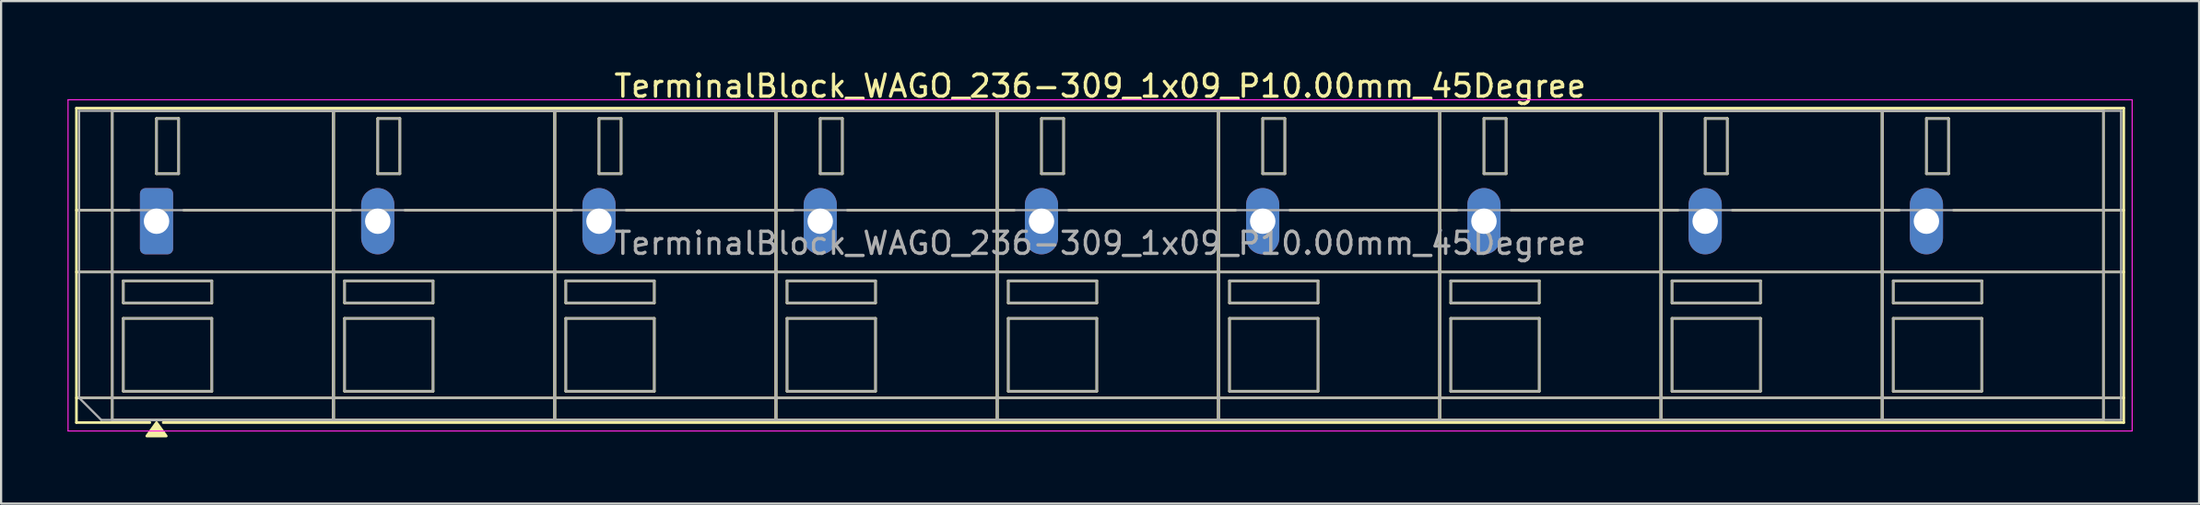
<source format=kicad_pcb>
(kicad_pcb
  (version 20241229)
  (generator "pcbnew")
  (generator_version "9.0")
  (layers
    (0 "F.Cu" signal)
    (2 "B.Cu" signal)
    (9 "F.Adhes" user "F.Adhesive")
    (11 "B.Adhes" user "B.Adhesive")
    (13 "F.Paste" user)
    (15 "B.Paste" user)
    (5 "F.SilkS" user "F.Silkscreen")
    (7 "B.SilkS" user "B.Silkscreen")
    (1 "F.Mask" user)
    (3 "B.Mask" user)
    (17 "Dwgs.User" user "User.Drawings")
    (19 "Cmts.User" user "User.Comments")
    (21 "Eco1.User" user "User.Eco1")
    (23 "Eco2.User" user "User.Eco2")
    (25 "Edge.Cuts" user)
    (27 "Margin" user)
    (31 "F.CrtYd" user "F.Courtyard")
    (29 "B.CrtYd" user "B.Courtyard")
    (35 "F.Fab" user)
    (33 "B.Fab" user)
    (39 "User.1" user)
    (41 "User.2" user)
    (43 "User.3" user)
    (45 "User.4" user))
  (footprint "TerminalBlock_WAGO_236-309_1x09_P10.00mm_45Degree"
    (layer "F.Cu")
    (at 4.025 6.968)
    (property "Reference" "TerminalBlock_WAGO_236-309_1x09_P10.00mm_45Degree" (at 42.65 -6.12 0) (layer "F.SilkS") (effects (font (size 1 1) (thickness 0.15))))
    (attr through_hole)
    (fp_line (start -3.62 -5.12) (end -3.62 9.12) (stroke (width 0.12) (type solid)) (layer "F.SilkS"))
    (fp_line (start -3.62 -5.12) (end 88.92 -5.12) (stroke (width 0.12) (type solid)) (layer "F.SilkS"))
    (fp_line (start -3.62 -0.5) (end -1.23 -0.5) (stroke (width 0.12) (type solid)) (layer "F.SilkS"))
    (fp_line (start -3.62 2.3) (end 88.92 2.3) (stroke (width 0.12) (type solid)) (layer "F.SilkS"))
    (fp_line (start -3.62 8) (end 88.92 8) (stroke (width 0.12) (type solid)) (layer "F.SilkS"))
    (fp_line (start -3.62 9.12) (end -0.3 9.12) (stroke (width 0.12) (type solid)) (layer "F.SilkS"))
    (fp_line (start -2 -5) (end -2 9) (stroke (width 0.12) (type solid)) (layer "F.SilkS"))
    (fp_line (start -2 -5) (end 8 -5) (stroke (width 0.12) (type solid)) (layer "F.SilkS"))
    (fp_line (start -2 9) (end 8 9) (stroke (width 0.12) (type solid)) (layer "F.SilkS"))
    (fp_line (start -1.5 2.7) (end -1.5 3.7) (stroke (width 0.12) (type solid)) (layer "F.SilkS"))
    (fp_line (start -1.5 2.7) (end 2.5 2.7) (stroke (width 0.12) (type solid)) (layer "F.SilkS"))
    (fp_line (start -1.5 3.7) (end 2.5 3.7) (stroke (width 0.12) (type solid)) (layer "F.SilkS"))
    (fp_line (start -1.5 4.4) (end -1.5 7.7) (stroke (width 0.12) (type solid)) (layer "F.SilkS"))
    (fp_line (start -1.5 4.4) (end 2.5 4.4) (stroke (width 0.12) (type solid)) (layer "F.SilkS"))
    (fp_line (start -1.5 7.7) (end 2.5 7.7) (stroke (width 0.12) (type solid)) (layer "F.SilkS"))
    (fp_line (start 0 -4.65) (end 0 -2.15) (stroke (width 0.12) (type solid)) (layer "F.SilkS"))
    (fp_line (start 0 -4.65) (end 1 -4.65) (stroke (width 0.12) (type solid)) (layer "F.SilkS"))
    (fp_line (start 0 -2.15) (end 1 -2.15) (stroke (width 0.12) (type solid)) (layer "F.SilkS"))
    (fp_line (start 0.3 9.12) (end 88.92 9.12) (stroke (width 0.12) (type solid)) (layer "F.SilkS"))
    (fp_line (start 1 -4.65) (end 1 -2.15) (stroke (width 0.12) (type solid)) (layer "F.SilkS"))
    (fp_line (start 1.23 -0.5) (end 8.77 -0.5) (stroke (width 0.12) (type solid)) (layer "F.SilkS"))
    (fp_line (start 2.5 2.7) (end 2.5 3.7) (stroke (width 0.12) (type solid)) (layer "F.SilkS"))
    (fp_line (start 2.5 4.4) (end 2.5 7.7) (stroke (width 0.12) (type solid)) (layer "F.SilkS"))
    (fp_line (start 8 -5) (end 8 9) (stroke (width 0.12) (type solid)) (layer "F.SilkS"))
    (fp_line (start 8 -5) (end 8 9) (stroke (width 0.12) (type solid)) (layer "F.SilkS"))
    (fp_line (start 8 -5) (end 18 -5) (stroke (width 0.12) (type solid)) (layer "F.SilkS"))
    (fp_line (start 8 9) (end 18 9) (stroke (width 0.12) (type solid)) (layer "F.SilkS"))
    (fp_line (start 8.5 2.7) (end 8.5 3.7) (stroke (width 0.12) (type solid)) (layer "F.SilkS"))
    (fp_line (start 8.5 2.7) (end 12.5 2.7) (stroke (width 0.12) (type solid)) (layer "F.SilkS"))
    (fp_line (start 8.5 3.7) (end 12.5 3.7) (stroke (width 0.12) (type solid)) (layer "F.SilkS"))
    (fp_line (start 8.5 4.4) (end 8.5 7.7) (stroke (width 0.12) (type solid)) (layer "F.SilkS"))
    (fp_line (start 8.5 4.4) (end 12.5 4.4) (stroke (width 0.12) (type solid)) (layer "F.SilkS"))
    (fp_line (start 8.5 7.7) (end 12.5 7.7) (stroke (width 0.12) (type solid)) (layer "F.SilkS"))
    (fp_line (start 10 -4.65) (end 10 -2.15) (stroke (width 0.12) (type solid)) (layer "F.SilkS"))
    (fp_line (start 10 -4.65) (end 11 -4.65) (stroke (width 0.12) (type solid)) (layer "F.SilkS"))
    (fp_line (start 10 -2.15) (end 11 -2.15) (stroke (width 0.12) (type solid)) (layer "F.SilkS"))
    (fp_line (start 11 -4.65) (end 11 -2.15) (stroke (width 0.12) (type solid)) (layer "F.SilkS"))
    (fp_line (start 11.23 -0.5) (end 18.77 -0.5) (stroke (width 0.12) (type solid)) (layer "F.SilkS"))
    (fp_line (start 12.5 2.7) (end 12.5 3.7) (stroke (width 0.12) (type solid)) (layer "F.SilkS"))
    (fp_line (start 12.5 4.4) (end 12.5 7.7) (stroke (width 0.12) (type solid)) (layer "F.SilkS"))
    (fp_line (start 18 -5) (end 18 9) (stroke (width 0.12) (type solid)) (layer "F.SilkS"))
    (fp_line (start 18 -5) (end 18 9) (stroke (width 0.12) (type solid)) (layer "F.SilkS"))
    (fp_line (start 18 -5) (end 28 -5) (stroke (width 0.12) (type solid)) (layer "F.SilkS"))
    (fp_line (start 18 9) (end 28 9) (stroke (width 0.12) (type solid)) (layer "F.SilkS"))
    (fp_line (start 18.5 2.7) (end 18.5 3.7) (stroke (width 0.12) (type solid)) (layer "F.SilkS"))
    (fp_line (start 18.5 2.7) (end 22.5 2.7) (stroke (width 0.12) (type solid)) (layer "F.SilkS"))
    (fp_line (start 18.5 3.7) (end 22.5 3.7) (stroke (width 0.12) (type solid)) (layer "F.SilkS"))
    (fp_line (start 18.5 4.4) (end 18.5 7.7) (stroke (width 0.12) (type solid)) (layer "F.SilkS"))
    (fp_line (start 18.5 4.4) (end 22.5 4.4) (stroke (width 0.12) (type solid)) (layer "F.SilkS"))
    (fp_line (start 18.5 7.7) (end 22.5 7.7) (stroke (width 0.12) (type solid)) (layer "F.SilkS"))
    (fp_line (start 20 -4.65) (end 20 -2.15) (stroke (width 0.12) (type solid)) (layer "F.SilkS"))
    (fp_line (start 20 -4.65) (end 21 -4.65) (stroke (width 0.12) (type solid)) (layer "F.SilkS"))
    (fp_line (start 20 -2.15) (end 21 -2.15) (stroke (width 0.12) (type solid)) (layer "F.SilkS"))
    (fp_line (start 21 -4.65) (end 21 -2.15) (stroke (width 0.12) (type solid)) (layer "F.SilkS"))
    (fp_line (start 21.23 -0.5) (end 28.77 -0.5) (stroke (width 0.12) (type solid)) (layer "F.SilkS"))
    (fp_line (start 22.5 2.7) (end 22.5 3.7) (stroke (width 0.12) (type solid)) (layer "F.SilkS"))
    (fp_line (start 22.5 4.4) (end 22.5 7.7) (stroke (width 0.12) (type solid)) (layer "F.SilkS"))
    (fp_line (start 28 -5) (end 28 9) (stroke (width 0.12) (type solid)) (layer "F.SilkS"))
    (fp_line (start 28 -5) (end 28 9) (stroke (width 0.12) (type solid)) (layer "F.SilkS"))
    (fp_line (start 28 -5) (end 38 -5) (stroke (width 0.12) (type solid)) (layer "F.SilkS"))
    (fp_line (start 28 9) (end 38 9) (stroke (width 0.12) (type solid)) (layer "F.SilkS"))
    (fp_line (start 28.5 2.7) (end 28.5 3.7) (stroke (width 0.12) (type solid)) (layer "F.SilkS"))
    (fp_line (start 28.5 2.7) (end 32.5 2.7) (stroke (width 0.12) (type solid)) (layer "F.SilkS"))
    (fp_line (start 28.5 3.7) (end 32.5 3.7) (stroke (width 0.12) (type solid)) (layer "F.SilkS"))
    (fp_line (start 28.5 4.4) (end 28.5 7.7) (stroke (width 0.12) (type solid)) (layer "F.SilkS"))
    (fp_line (start 28.5 4.4) (end 32.5 4.4) (stroke (width 0.12) (type solid)) (layer "F.SilkS"))
    (fp_line (start 28.5 7.7) (end 32.5 7.7) (stroke (width 0.12) (type solid)) (layer "F.SilkS"))
    (fp_line (start 30 -4.65) (end 30 -2.15) (stroke (width 0.12) (type solid)) (layer "F.SilkS"))
    (fp_line (start 30 -4.65) (end 31 -4.65) (stroke (width 0.12) (type solid)) (layer "F.SilkS"))
    (fp_line (start 30 -2.15) (end 31 -2.15) (stroke (width 0.12) (type solid)) (layer "F.SilkS"))
    (fp_line (start 31 -4.65) (end 31 -2.15) (stroke (width 0.12) (type solid)) (layer "F.SilkS"))
    (fp_line (start 31.23 -0.5) (end 38.77 -0.5) (stroke (width 0.12) (type solid)) (layer "F.SilkS"))
    (fp_line (start 32.5 2.7) (end 32.5 3.7) (stroke (width 0.12) (type solid)) (layer "F.SilkS"))
    (fp_line (start 32.5 4.4) (end 32.5 7.7) (stroke (width 0.12) (type solid)) (layer "F.SilkS"))
    (fp_line (start 38 -5) (end 38 9) (stroke (width 0.12) (type solid)) (layer "F.SilkS"))
    (fp_line (start 38 -5) (end 38 9) (stroke (width 0.12) (type solid)) (layer "F.SilkS"))
    (fp_line (start 38 -5) (end 48 -5) (stroke (width 0.12) (type solid)) (layer "F.SilkS"))
    (fp_line (start 38 9) (end 48 9) (stroke (width 0.12) (type solid)) (layer "F.SilkS"))
    (fp_line (start 38.5 2.7) (end 38.5 3.7) (stroke (width 0.12) (type solid)) (layer "F.SilkS"))
    (fp_line (start 38.5 2.7) (end 42.5 2.7) (stroke (width 0.12) (type solid)) (layer "F.SilkS"))
    (fp_line (start 38.5 3.7) (end 42.5 3.7) (stroke (width 0.12) (type solid)) (layer "F.SilkS"))
    (fp_line (start 38.5 4.4) (end 38.5 7.7) (stroke (width 0.12) (type solid)) (layer "F.SilkS"))
    (fp_line (start 38.5 4.4) (end 42.5 4.4) (stroke (width 0.12) (type solid)) (layer "F.SilkS"))
    (fp_line (start 38.5 7.7) (end 42.5 7.7) (stroke (width 0.12) (type solid)) (layer "F.SilkS"))
    (fp_line (start 40 -4.65) (end 40 -2.15) (stroke (width 0.12) (type solid)) (layer "F.SilkS"))
    (fp_line (start 40 -4.65) (end 41 -4.65) (stroke (width 0.12) (type solid)) (layer "F.SilkS"))
    (fp_line (start 40 -2.15) (end 41 -2.15) (stroke (width 0.12) (type solid)) (layer "F.SilkS"))
    (fp_line (start 41 -4.65) (end 41 -2.15) (stroke (width 0.12) (type solid)) (layer "F.SilkS"))
    (fp_line (start 41.23 -0.5) (end 48.77 -0.5) (stroke (width 0.12) (type solid)) (layer "F.SilkS"))
    (fp_line (start 42.5 2.7) (end 42.5 3.7) (stroke (width 0.12) (type solid)) (layer "F.SilkS"))
    (fp_line (start 42.5 4.4) (end 42.5 7.7) (stroke (width 0.12) (type solid)) (layer "F.SilkS"))
    (fp_line (start 48 -5) (end 48 9) (stroke (width 0.12) (type solid)) (layer "F.SilkS"))
    (fp_line (start 48 -5) (end 48 9) (stroke (width 0.12) (type solid)) (layer "F.SilkS"))
    (fp_line (start 48 -5) (end 58 -5) (stroke (width 0.12) (type solid)) (layer "F.SilkS"))
    (fp_line (start 48 9) (end 58 9) (stroke (width 0.12) (type solid)) (layer "F.SilkS"))
    (fp_line (start 48.5 2.7) (end 48.5 3.7) (stroke (width 0.12) (type solid)) (layer "F.SilkS"))
    (fp_line (start 48.5 2.7) (end 52.5 2.7) (stroke (width 0.12) (type solid)) (layer "F.SilkS"))
    (fp_line (start 48.5 3.7) (end 52.5 3.7) (stroke (width 0.12) (type solid)) (layer "F.SilkS"))
    (fp_line (start 48.5 4.4) (end 48.5 7.7) (stroke (width 0.12) (type solid)) (layer "F.SilkS"))
    (fp_line (start 48.5 4.4) (end 52.5 4.4) (stroke (width 0.12) (type solid)) (layer "F.SilkS"))
    (fp_line (start 48.5 7.7) (end 52.5 7.7) (stroke (width 0.12) (type solid)) (layer "F.SilkS"))
    (fp_line (start 50 -4.65) (end 50 -2.15) (stroke (width 0.12) (type solid)) (layer "F.SilkS"))
    (fp_line (start 50 -4.65) (end 51 -4.65) (stroke (width 0.12) (type solid)) (layer "F.SilkS"))
    (fp_line (start 50 -2.15) (end 51 -2.15) (stroke (width 0.12) (type solid)) (layer "F.SilkS"))
    (fp_line (start 51 -4.65) (end 51 -2.15) (stroke (width 0.12) (type solid)) (layer "F.SilkS"))
    (fp_line (start 51.23 -0.5) (end 58.77 -0.5) (stroke (width 0.12) (type solid)) (layer "F.SilkS"))
    (fp_line (start 52.5 2.7) (end 52.5 3.7) (stroke (width 0.12) (type solid)) (layer "F.SilkS"))
    (fp_line (start 52.5 4.4) (end 52.5 7.7) (stroke (width 0.12) (type solid)) (layer "F.SilkS"))
    (fp_line (start 58 -5) (end 58 9) (stroke (width 0.12) (type solid)) (layer "F.SilkS"))
    (fp_line (start 58 -5) (end 58 9) (stroke (width 0.12) (type solid)) (layer "F.SilkS"))
    (fp_line (start 58 -5) (end 68 -5) (stroke (width 0.12) (type solid)) (layer "F.SilkS"))
    (fp_line (start 58 9) (end 68 9) (stroke (width 0.12) (type solid)) (layer "F.SilkS"))
    (fp_line (start 58.5 2.7) (end 58.5 3.7) (stroke (width 0.12) (type solid)) (layer "F.SilkS"))
    (fp_line (start 58.5 2.7) (end 62.5 2.7) (stroke (width 0.12) (type solid)) (layer "F.SilkS"))
    (fp_line (start 58.5 3.7) (end 62.5 3.7) (stroke (width 0.12) (type solid)) (layer "F.SilkS"))
    (fp_line (start 58.5 4.4) (end 58.5 7.7) (stroke (width 0.12) (type solid)) (layer "F.SilkS"))
    (fp_line (start 58.5 4.4) (end 62.5 4.4) (stroke (width 0.12) (type solid)) (layer "F.SilkS"))
    (fp_line (start 58.5 7.7) (end 62.5 7.7) (stroke (width 0.12) (type solid)) (layer "F.SilkS"))
    (fp_line (start 60 -4.65) (end 60 -2.15) (stroke (width 0.12) (type solid)) (layer "F.SilkS"))
    (fp_line (start 60 -4.65) (end 61 -4.65) (stroke (width 0.12) (type solid)) (layer "F.SilkS"))
    (fp_line (start 60 -2.15) (end 61 -2.15) (stroke (width 0.12) (type solid)) (layer "F.SilkS"))
    (fp_line (start 61 -4.65) (end 61 -2.15) (stroke (width 0.12) (type solid)) (layer "F.SilkS"))
    (fp_line (start 61.23 -0.5) (end 68.77 -0.5) (stroke (width 0.12) (type solid)) (layer "F.SilkS"))
    (fp_line (start 62.5 2.7) (end 62.5 3.7) (stroke (width 0.12) (type solid)) (layer "F.SilkS"))
    (fp_line (start 62.5 4.4) (end 62.5 7.7) (stroke (width 0.12) (type solid)) (layer "F.SilkS"))
    (fp_line (start 68 -5) (end 68 9) (stroke (width 0.12) (type solid)) (layer "F.SilkS"))
    (fp_line (start 68 -5) (end 68 9) (stroke (width 0.12) (type solid)) (layer "F.SilkS"))
    (fp_line (start 68 -5) (end 78 -5) (stroke (width 0.12) (type solid)) (layer "F.SilkS"))
    (fp_line (start 68 9) (end 78 9) (stroke (width 0.12) (type solid)) (layer "F.SilkS"))
    (fp_line (start 68.5 2.7) (end 68.5 3.7) (stroke (width 0.12) (type solid)) (layer "F.SilkS"))
    (fp_line (start 68.5 2.7) (end 72.5 2.7) (stroke (width 0.12) (type solid)) (layer "F.SilkS"))
    (fp_line (start 68.5 3.7) (end 72.5 3.7) (stroke (width 0.12) (type solid)) (layer "F.SilkS"))
    (fp_line (start 68.5 4.4) (end 68.5 7.7) (stroke (width 0.12) (type solid)) (layer "F.SilkS"))
    (fp_line (start 68.5 4.4) (end 72.5 4.4) (stroke (width 0.12) (type solid)) (layer "F.SilkS"))
    (fp_line (start 68.5 7.7) (end 72.5 7.7) (stroke (width 0.12) (type solid)) (layer "F.SilkS"))
    (fp_line (start 70 -4.65) (end 70 -2.15) (stroke (width 0.12) (type solid)) (layer "F.SilkS"))
    (fp_line (start 70 -4.65) (end 71 -4.65) (stroke (width 0.12) (type solid)) (layer "F.SilkS"))
    (fp_line (start 70 -2.15) (end 71 -2.15) (stroke (width 0.12) (type solid)) (layer "F.SilkS"))
    (fp_line (start 71 -4.65) (end 71 -2.15) (stroke (width 0.12) (type solid)) (layer "F.SilkS"))
    (fp_line (start 71.23 -0.5) (end 78.77 -0.5) (stroke (width 0.12) (type solid)) (layer "F.SilkS"))
    (fp_line (start 72.5 2.7) (end 72.5 3.7) (stroke (width 0.12) (type solid)) (layer "F.SilkS"))
    (fp_line (start 72.5 4.4) (end 72.5 7.7) (stroke (width 0.12) (type solid)) (layer "F.SilkS"))
    (fp_line (start 78 -5) (end 78 9) (stroke (width 0.12) (type solid)) (layer "F.SilkS"))
    (fp_line (start 78 -5) (end 78 9) (stroke (width 0.12) (type solid)) (layer "F.SilkS"))
    (fp_line (start 78 -5) (end 88 -5) (stroke (width 0.12) (type solid)) (layer "F.SilkS"))
    (fp_line (start 78 9) (end 88 9) (stroke (width 0.12) (type solid)) (layer "F.SilkS"))
    (fp_line (start 78.5 2.7) (end 78.5 3.7) (stroke (width 0.12) (type solid)) (layer "F.SilkS"))
    (fp_line (start 78.5 2.7) (end 82.5 2.7) (stroke (width 0.12) (type solid)) (layer "F.SilkS"))
    (fp_line (start 78.5 3.7) (end 82.5 3.7) (stroke (width 0.12) (type solid)) (layer "F.SilkS"))
    (fp_line (start 78.5 4.4) (end 78.5 7.7) (stroke (width 0.12) (type solid)) (layer "F.SilkS"))
    (fp_line (start 78.5 4.4) (end 82.5 4.4) (stroke (width 0.12) (type solid)) (layer "F.SilkS"))
    (fp_line (start 78.5 7.7) (end 82.5 7.7) (stroke (width 0.12) (type solid)) (layer "F.SilkS"))
    (fp_line (start 80 -4.65) (end 80 -2.15) (stroke (width 0.12) (type solid)) (layer "F.SilkS"))
    (fp_line (start 80 -4.65) (end 81 -4.65) (stroke (width 0.12) (type solid)) (layer "F.SilkS"))
    (fp_line (start 80 -2.15) (end 81 -2.15) (stroke (width 0.12) (type solid)) (layer "F.SilkS"))
    (fp_line (start 81 -4.65) (end 81 -2.15) (stroke (width 0.12) (type solid)) (layer "F.SilkS"))
    (fp_line (start 81.23 -0.5) (end 88.92 -0.5) (stroke (width 0.12) (type solid)) (layer "F.SilkS"))
    (fp_line (start 82.5 2.7) (end 82.5 3.7) (stroke (width 0.12) (type solid)) (layer "F.SilkS"))
    (fp_line (start 82.5 4.4) (end 82.5 7.7) (stroke (width 0.12) (type solid)) (layer "F.SilkS"))
    (fp_line (start 88 -5) (end 88 9) (stroke (width 0.12) (type solid)) (layer "F.SilkS"))
    (fp_line (start 88.92 -5.12) (end 88.92 9.12) (stroke (width 0.12) (type solid)) (layer "F.SilkS"))
    (fp_poly (pts (xy 0 9.12) (xy 0.44 9.73) (xy -0.44 9.73)) (stroke (width 0.12) (type solid)) (fill yes) (layer "F.SilkS"))
    (fp_line (start -4 -5.5) (end -4 9.5) (stroke (width 0.05) (type solid)) (layer "F.CrtYd"))
    (fp_line (start -4 9.5) (end 89.3 9.5) (stroke (width 0.05) (type solid)) (layer "F.CrtYd"))
    (fp_line (start 89.3 -5.5) (end -4 -5.5) (stroke (width 0.05) (type solid)) (layer "F.CrtYd"))
    (fp_line (start 89.3 9.5) (end 89.3 -5.5) (stroke (width 0.05) (type solid)) (layer "F.CrtYd"))
    (fp_line (start -3.5 -5) (end 88.8 -5) (stroke (width 0.1) (type solid)) (layer "F.Fab"))
    (fp_line (start -3.5 -0.5) (end 88.8 -0.5) (stroke (width 0.1) (type solid)) (layer "F.Fab"))
    (fp_line (start -3.5 2.3) (end 88.8 2.3) (stroke (width 0.1) (type solid)) (layer "F.Fab"))
    (fp_line (start -3.5 8) (end -3.5 -5) (stroke (width 0.1) (type solid)) (layer "F.Fab"))
    (fp_line (start -3.5 8) (end 88.8 8) (stroke (width 0.1) (type solid)) (layer "F.Fab"))
    (fp_line (start -2.5 9) (end -3.5 8) (stroke (width 0.1) (type solid)) (layer "F.Fab"))
    (fp_line (start -2 -5) (end -2 9) (stroke (width 0.1) (type solid)) (layer "F.Fab"))
    (fp_line (start -2 9) (end 8 9) (stroke (width 0.1) (type solid)) (layer "F.Fab"))
    (fp_line (start -1.5 2.7) (end -1.5 3.7) (stroke (width 0.1) (type solid)) (layer "F.Fab"))
    (fp_line (start -1.5 3.7) (end 2.5 3.7) (stroke (width 0.1) (type solid)) (layer "F.Fab"))
    (fp_line (start -1.5 4.4) (end -1.5 7.7) (stroke (width 0.1) (type solid)) (layer "F.Fab"))
    (fp_line (start -1.5 7.7) (end 2.5 7.7) (stroke (width 0.1) (type solid)) (layer "F.Fab"))
    (fp_line (start 0 -4.65) (end 0 -2.15) (stroke (width 0.1) (type solid)) (layer "F.Fab"))
    (fp_line (start 0 -2.15) (end 1 -2.15) (stroke (width 0.1) (type solid)) (layer "F.Fab"))
    (fp_line (start 1 -4.65) (end 0 -4.65) (stroke (width 0.1) (type solid)) (layer "F.Fab"))
    (fp_line (start 1 -2.15) (end 1 -4.65) (stroke (width 0.1) (type solid)) (layer "F.Fab"))
    (fp_line (start 2.5 2.7) (end -1.5 2.7) (stroke (width 0.1) (type solid)) (layer "F.Fab"))
    (fp_line (start 2.5 3.7) (end 2.5 2.7) (stroke (width 0.1) (type solid)) (layer "F.Fab"))
    (fp_line (start 2.5 4.4) (end -1.5 4.4) (stroke (width 0.1) (type solid)) (layer "F.Fab"))
    (fp_line (start 2.5 7.7) (end 2.5 4.4) (stroke (width 0.1) (type solid)) (layer "F.Fab"))
    (fp_line (start 8 -5) (end -2 -5) (stroke (width 0.1) (type solid)) (layer "F.Fab"))
    (fp_line (start 8 -5) (end 8 9) (stroke (width 0.1) (type solid)) (layer "F.Fab"))
    (fp_line (start 8 9) (end 8 -5) (stroke (width 0.1) (type solid)) (layer "F.Fab"))
    (fp_line (start 8 9) (end 18 9) (stroke (width 0.1) (type solid)) (layer "F.Fab"))
    (fp_line (start 8.5 2.7) (end 8.5 3.7) (stroke (width 0.1) (type solid)) (layer "F.Fab"))
    (fp_line (start 8.5 3.7) (end 12.5 3.7) (stroke (width 0.1) (type solid)) (layer "F.Fab"))
    (fp_line (start 8.5 4.4) (end 8.5 7.7) (stroke (width 0.1) (type solid)) (layer "F.Fab"))
    (fp_line (start 8.5 7.7) (end 12.5 7.7) (stroke (width 0.1) (type solid)) (layer "F.Fab"))
    (fp_line (start 10 -4.65) (end 10 -2.15) (stroke (width 0.1) (type solid)) (layer "F.Fab"))
    (fp_line (start 10 -2.15) (end 11 -2.15) (stroke (width 0.1) (type solid)) (layer "F.Fab"))
    (fp_line (start 11 -4.65) (end 10 -4.65) (stroke (width 0.1) (type solid)) (layer "F.Fab"))
    (fp_line (start 11 -2.15) (end 11 -4.65) (stroke (width 0.1) (type solid)) (layer "F.Fab"))
    (fp_line (start 12.5 2.7) (end 8.5 2.7) (stroke (width 0.1) (type solid)) (layer "F.Fab"))
    (fp_line (start 12.5 3.7) (end 12.5 2.7) (stroke (width 0.1) (type solid)) (layer "F.Fab"))
    (fp_line (start 12.5 4.4) (end 8.5 4.4) (stroke (width 0.1) (type solid)) (layer "F.Fab"))
    (fp_line (start 12.5 7.7) (end 12.5 4.4) (stroke (width 0.1) (type solid)) (layer "F.Fab"))
    (fp_line (start 18 -5) (end 8 -5) (stroke (width 0.1) (type solid)) (layer "F.Fab"))
    (fp_line (start 18 -5) (end 18 9) (stroke (width 0.1) (type solid)) (layer "F.Fab"))
    (fp_line (start 18 9) (end 18 -5) (stroke (width 0.1) (type solid)) (layer "F.Fab"))
    (fp_line (start 18 9) (end 28 9) (stroke (width 0.1) (type solid)) (layer "F.Fab"))
    (fp_line (start 18.5 2.7) (end 18.5 3.7) (stroke (width 0.1) (type solid)) (layer "F.Fab"))
    (fp_line (start 18.5 3.7) (end 22.5 3.7) (stroke (width 0.1) (type solid)) (layer "F.Fab"))
    (fp_line (start 18.5 4.4) (end 18.5 7.7) (stroke (width 0.1) (type solid)) (layer "F.Fab"))
    (fp_line (start 18.5 7.7) (end 22.5 7.7) (stroke (width 0.1) (type solid)) (layer "F.Fab"))
    (fp_line (start 20 -4.65) (end 20 -2.15) (stroke (width 0.1) (type solid)) (layer "F.Fab"))
    (fp_line (start 20 -2.15) (end 21 -2.15) (stroke (width 0.1) (type solid)) (layer "F.Fab"))
    (fp_line (start 21 -4.65) (end 20 -4.65) (stroke (width 0.1) (type solid)) (layer "F.Fab"))
    (fp_line (start 21 -2.15) (end 21 -4.65) (stroke (width 0.1) (type solid)) (layer "F.Fab"))
    (fp_line (start 22.5 2.7) (end 18.5 2.7) (stroke (width 0.1) (type solid)) (layer "F.Fab"))
    (fp_line (start 22.5 3.7) (end 22.5 2.7) (stroke (width 0.1) (type solid)) (layer "F.Fab"))
    (fp_line (start 22.5 4.4) (end 18.5 4.4) (stroke (width 0.1) (type solid)) (layer "F.Fab"))
    (fp_line (start 22.5 7.7) (end 22.5 4.4) (stroke (width 0.1) (type solid)) (layer "F.Fab"))
    (fp_line (start 28 -5) (end 18 -5) (stroke (width 0.1) (type solid)) (layer "F.Fab"))
    (fp_line (start 28 -5) (end 28 9) (stroke (width 0.1) (type solid)) (layer "F.Fab"))
    (fp_line (start 28 9) (end 28 -5) (stroke (width 0.1) (type solid)) (layer "F.Fab"))
    (fp_line (start 28 9) (end 38 9) (stroke (width 0.1) (type solid)) (layer "F.Fab"))
    (fp_line (start 28.5 2.7) (end 28.5 3.7) (stroke (width 0.1) (type solid)) (layer "F.Fab"))
    (fp_line (start 28.5 3.7) (end 32.5 3.7) (stroke (width 0.1) (type solid)) (layer "F.Fab"))
    (fp_line (start 28.5 4.4) (end 28.5 7.7) (stroke (width 0.1) (type solid)) (layer "F.Fab"))
    (fp_line (start 28.5 7.7) (end 32.5 7.7) (stroke (width 0.1) (type solid)) (layer "F.Fab"))
    (fp_line (start 30 -4.65) (end 30 -2.15) (stroke (width 0.1) (type solid)) (layer "F.Fab"))
    (fp_line (start 30 -2.15) (end 31 -2.15) (stroke (width 0.1) (type solid)) (layer "F.Fab"))
    (fp_line (start 31 -4.65) (end 30 -4.65) (stroke (width 0.1) (type solid)) (layer "F.Fab"))
    (fp_line (start 31 -2.15) (end 31 -4.65) (stroke (width 0.1) (type solid)) (layer "F.Fab"))
    (fp_line (start 32.5 2.7) (end 28.5 2.7) (stroke (width 0.1) (type solid)) (layer "F.Fab"))
    (fp_line (start 32.5 3.7) (end 32.5 2.7) (stroke (width 0.1) (type solid)) (layer "F.Fab"))
    (fp_line (start 32.5 4.4) (end 28.5 4.4) (stroke (width 0.1) (type solid)) (layer "F.Fab"))
    (fp_line (start 32.5 7.7) (end 32.5 4.4) (stroke (width 0.1) (type solid)) (layer "F.Fab"))
    (fp_line (start 38 -5) (end 28 -5) (stroke (width 0.1) (type solid)) (layer "F.Fab"))
    (fp_line (start 38 -5) (end 38 9) (stroke (width 0.1) (type solid)) (layer "F.Fab"))
    (fp_line (start 38 9) (end 38 -5) (stroke (width 0.1) (type solid)) (layer "F.Fab"))
    (fp_line (start 38 9) (end 48 9) (stroke (width 0.1) (type solid)) (layer "F.Fab"))
    (fp_line (start 38.5 2.7) (end 38.5 3.7) (stroke (width 0.1) (type solid)) (layer "F.Fab"))
    (fp_line (start 38.5 3.7) (end 42.5 3.7) (stroke (width 0.1) (type solid)) (layer "F.Fab"))
    (fp_line (start 38.5 4.4) (end 38.5 7.7) (stroke (width 0.1) (type solid)) (layer "F.Fab"))
    (fp_line (start 38.5 7.7) (end 42.5 7.7) (stroke (width 0.1) (type solid)) (layer "F.Fab"))
    (fp_line (start 40 -4.65) (end 40 -2.15) (stroke (width 0.1) (type solid)) (layer "F.Fab"))
    (fp_line (start 40 -2.15) (end 41 -2.15) (stroke (width 0.1) (type solid)) (layer "F.Fab"))
    (fp_line (start 41 -4.65) (end 40 -4.65) (stroke (width 0.1) (type solid)) (layer "F.Fab"))
    (fp_line (start 41 -2.15) (end 41 -4.65) (stroke (width 0.1) (type solid)) (layer "F.Fab"))
    (fp_line (start 42.5 2.7) (end 38.5 2.7) (stroke (width 0.1) (type solid)) (layer "F.Fab"))
    (fp_line (start 42.5 3.7) (end 42.5 2.7) (stroke (width 0.1) (type solid)) (layer "F.Fab"))
    (fp_line (start 42.5 4.4) (end 38.5 4.4) (stroke (width 0.1) (type solid)) (layer "F.Fab"))
    (fp_line (start 42.5 7.7) (end 42.5 4.4) (stroke (width 0.1) (type solid)) (layer "F.Fab"))
    (fp_line (start 48 -5) (end 38 -5) (stroke (width 0.1) (type solid)) (layer "F.Fab"))
    (fp_line (start 48 -5) (end 48 9) (stroke (width 0.1) (type solid)) (layer "F.Fab"))
    (fp_line (start 48 9) (end 48 -5) (stroke (width 0.1) (type solid)) (layer "F.Fab"))
    (fp_line (start 48 9) (end 58 9) (stroke (width 0.1) (type solid)) (layer "F.Fab"))
    (fp_line (start 48.5 2.7) (end 48.5 3.7) (stroke (width 0.1) (type solid)) (layer "F.Fab"))
    (fp_line (start 48.5 3.7) (end 52.5 3.7) (stroke (width 0.1) (type solid)) (layer "F.Fab"))
    (fp_line (start 48.5 4.4) (end 48.5 7.7) (stroke (width 0.1) (type solid)) (layer "F.Fab"))
    (fp_line (start 48.5 7.7) (end 52.5 7.7) (stroke (width 0.1) (type solid)) (layer "F.Fab"))
    (fp_line (start 50 -4.65) (end 50 -2.15) (stroke (width 0.1) (type solid)) (layer "F.Fab"))
    (fp_line (start 50 -2.15) (end 51 -2.15) (stroke (width 0.1) (type solid)) (layer "F.Fab"))
    (fp_line (start 51 -4.65) (end 50 -4.65) (stroke (width 0.1) (type solid)) (layer "F.Fab"))
    (fp_line (start 51 -2.15) (end 51 -4.65) (stroke (width 0.1) (type solid)) (layer "F.Fab"))
    (fp_line (start 52.5 2.7) (end 48.5 2.7) (stroke (width 0.1) (type solid)) (layer "F.Fab"))
    (fp_line (start 52.5 3.7) (end 52.5 2.7) (stroke (width 0.1) (type solid)) (layer "F.Fab"))
    (fp_line (start 52.5 4.4) (end 48.5 4.4) (stroke (width 0.1) (type solid)) (layer "F.Fab"))
    (fp_line (start 52.5 7.7) (end 52.5 4.4) (stroke (width 0.1) (type solid)) (layer "F.Fab"))
    (fp_line (start 58 -5) (end 48 -5) (stroke (width 0.1) (type solid)) (layer "F.Fab"))
    (fp_line (start 58 -5) (end 58 9) (stroke (width 0.1) (type solid)) (layer "F.Fab"))
    (fp_line (start 58 9) (end 58 -5) (stroke (width 0.1) (type solid)) (layer "F.Fab"))
    (fp_line (start 58 9) (end 68 9) (stroke (width 0.1) (type solid)) (layer "F.Fab"))
    (fp_line (start 58.5 2.7) (end 58.5 3.7) (stroke (width 0.1) (type solid)) (layer "F.Fab"))
    (fp_line (start 58.5 3.7) (end 62.5 3.7) (stroke (width 0.1) (type solid)) (layer "F.Fab"))
    (fp_line (start 58.5 4.4) (end 58.5 7.7) (stroke (width 0.1) (type solid)) (layer "F.Fab"))
    (fp_line (start 58.5 7.7) (end 62.5 7.7) (stroke (width 0.1) (type solid)) (layer "F.Fab"))
    (fp_line (start 60 -4.65) (end 60 -2.15) (stroke (width 0.1) (type solid)) (layer "F.Fab"))
    (fp_line (start 60 -2.15) (end 61 -2.15) (stroke (width 0.1) (type solid)) (layer "F.Fab"))
    (fp_line (start 61 -4.65) (end 60 -4.65) (stroke (width 0.1) (type solid)) (layer "F.Fab"))
    (fp_line (start 61 -2.15) (end 61 -4.65) (stroke (width 0.1) (type solid)) (layer "F.Fab"))
    (fp_line (start 62.5 2.7) (end 58.5 2.7) (stroke (width 0.1) (type solid)) (layer "F.Fab"))
    (fp_line (start 62.5 3.7) (end 62.5 2.7) (stroke (width 0.1) (type solid)) (layer "F.Fab"))
    (fp_line (start 62.5 4.4) (end 58.5 4.4) (stroke (width 0.1) (type solid)) (layer "F.Fab"))
    (fp_line (start 62.5 7.7) (end 62.5 4.4) (stroke (width 0.1) (type solid)) (layer "F.Fab"))
    (fp_line (start 68 -5) (end 58 -5) (stroke (width 0.1) (type solid)) (layer "F.Fab"))
    (fp_line (start 68 -5) (end 68 9) (stroke (width 0.1) (type solid)) (layer "F.Fab"))
    (fp_line (start 68 9) (end 68 -5) (stroke (width 0.1) (type solid)) (layer "F.Fab"))
    (fp_line (start 68 9) (end 78 9) (stroke (width 0.1) (type solid)) (layer "F.Fab"))
    (fp_line (start 68.5 2.7) (end 68.5 3.7) (stroke (width 0.1) (type solid)) (layer "F.Fab"))
    (fp_line (start 68.5 3.7) (end 72.5 3.7) (stroke (width 0.1) (type solid)) (layer "F.Fab"))
    (fp_line (start 68.5 4.4) (end 68.5 7.7) (stroke (width 0.1) (type solid)) (layer "F.Fab"))
    (fp_line (start 68.5 7.7) (end 72.5 7.7) (stroke (width 0.1) (type solid)) (layer "F.Fab"))
    (fp_line (start 70 -4.65) (end 70 -2.15) (stroke (width 0.1) (type solid)) (layer "F.Fab"))
    (fp_line (start 70 -2.15) (end 71 -2.15) (stroke (width 0.1) (type solid)) (layer "F.Fab"))
    (fp_line (start 71 -4.65) (end 70 -4.65) (stroke (width 0.1) (type solid)) (layer "F.Fab"))
    (fp_line (start 71 -2.15) (end 71 -4.65) (stroke (width 0.1) (type solid)) (layer "F.Fab"))
    (fp_line (start 72.5 2.7) (end 68.5 2.7) (stroke (width 0.1) (type solid)) (layer "F.Fab"))
    (fp_line (start 72.5 3.7) (end 72.5 2.7) (stroke (width 0.1) (type solid)) (layer "F.Fab"))
    (fp_line (start 72.5 4.4) (end 68.5 4.4) (stroke (width 0.1) (type solid)) (layer "F.Fab"))
    (fp_line (start 72.5 7.7) (end 72.5 4.4) (stroke (width 0.1) (type solid)) (layer "F.Fab"))
    (fp_line (start 78 -5) (end 68 -5) (stroke (width 0.1) (type solid)) (layer "F.Fab"))
    (fp_line (start 78 -5) (end 78 9) (stroke (width 0.1) (type solid)) (layer "F.Fab"))
    (fp_line (start 78 9) (end 78 -5) (stroke (width 0.1) (type solid)) (layer "F.Fab"))
    (fp_line (start 78 9) (end 88 9) (stroke (width 0.1) (type solid)) (layer "F.Fab"))
    (fp_line (start 78.5 2.7) (end 78.5 3.7) (stroke (width 0.1) (type solid)) (layer "F.Fab"))
    (fp_line (start 78.5 3.7) (end 82.5 3.7) (stroke (width 0.1) (type solid)) (layer "F.Fab"))
    (fp_line (start 78.5 4.4) (end 78.5 7.7) (stroke (width 0.1) (type solid)) (layer "F.Fab"))
    (fp_line (start 78.5 7.7) (end 82.5 7.7) (stroke (width 0.1) (type solid)) (layer "F.Fab"))
    (fp_line (start 80 -4.65) (end 80 -2.15) (stroke (width 0.1) (type solid)) (layer "F.Fab"))
    (fp_line (start 80 -2.15) (end 81 -2.15) (stroke (width 0.1) (type solid)) (layer "F.Fab"))
    (fp_line (start 81 -4.65) (end 80 -4.65) (stroke (width 0.1) (type solid)) (layer "F.Fab"))
    (fp_line (start 81 -2.15) (end 81 -4.65) (stroke (width 0.1) (type solid)) (layer "F.Fab"))
    (fp_line (start 82.5 2.7) (end 78.5 2.7) (stroke (width 0.1) (type solid)) (layer "F.Fab"))
    (fp_line (start 82.5 3.7) (end 82.5 2.7) (stroke (width 0.1) (type solid)) (layer "F.Fab"))
    (fp_line (start 82.5 4.4) (end 78.5 4.4) (stroke (width 0.1) (type solid)) (layer "F.Fab"))
    (fp_line (start 82.5 7.7) (end 82.5 4.4) (stroke (width 0.1) (type solid)) (layer "F.Fab"))
    (fp_line (start 88 -5) (end 78 -5) (stroke (width 0.1) (type solid)) (layer "F.Fab"))
    (fp_line (start 88 9) (end 88 -5) (stroke (width 0.1) (type solid)) (layer "F.Fab"))
    (fp_line (start 88.8 -5) (end 88.8 9) (stroke (width 0.1) (type solid)) (layer "F.Fab"))
    (fp_line (start 88.8 9) (end -2.5 9) (stroke (width 0.1) (type solid)) (layer "F.Fab"))
    (fp_text user "${REFERENCE}" (at 42.65 1 0) (layer "F.Fab") (effects (font (size 1 1) (thickness 0.15))))
    (pad "1" thru_hole roundrect (at 0 0) (size 1.5 3) (drill 1.15) (layers "*.Cu" "*.Mask") (roundrect_rratio 0.167))
    (pad "2" thru_hole oval (at 10 0) (size 1.5 3) (drill 1.15) (layers "*.Cu" "*.Mask"))
    (pad "3" thru_hole oval (at 20 0) (size 1.5 3) (drill 1.15) (layers "*.Cu" "*.Mask"))
    (pad "4" thru_hole oval (at 30 0) (size 1.5 3) (drill 1.15) (layers "*.Cu" "*.Mask"))
    (pad "5" thru_hole oval (at 40 0) (size 1.5 3) (drill 1.15) (layers "*.Cu" "*.Mask"))
    (pad "6" thru_hole oval (at 50 0) (size 1.5 3) (drill 1.15) (layers "*.Cu" "*.Mask"))
    (pad "7" thru_hole oval (at 60 0) (size 1.5 3) (drill 1.15) (layers "*.Cu" "*.Mask"))
    (pad "8" thru_hole oval (at 70 0) (size 1.5 3) (drill 1.15) (layers "*.Cu" "*.Mask"))
    (pad "9" thru_hole oval (at 80 0) (size 1.5 3) (drill 1.15) (layers "*.Cu" "*.Mask")))
  (gr_rect
    (start -3 -3)
    (end 96.35 19.758)
    (stroke (width 0.1) (type default))
    (fill no)
    (layer "Edge.Cuts")))
</source>
